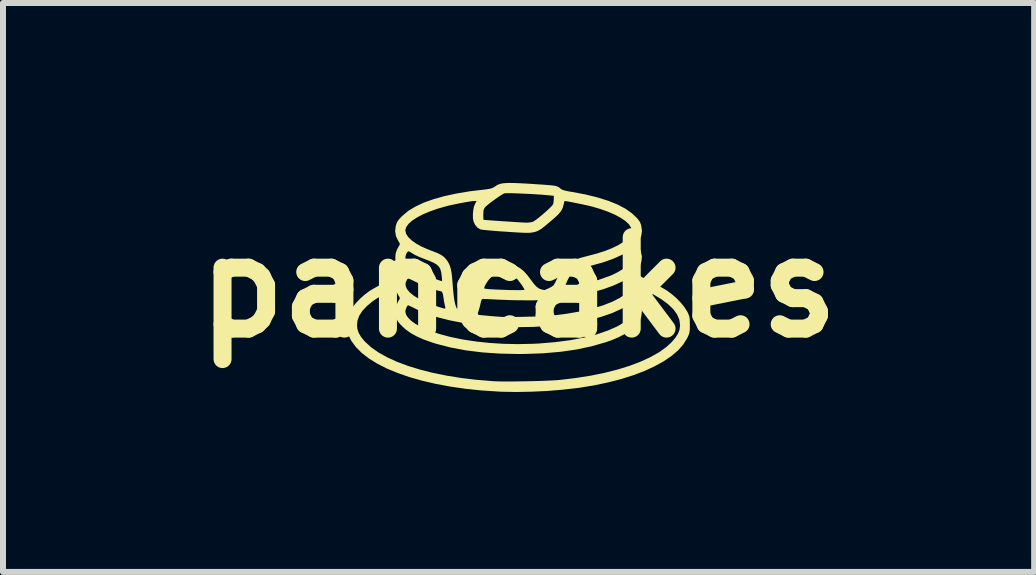
<source format=kicad_pcb>
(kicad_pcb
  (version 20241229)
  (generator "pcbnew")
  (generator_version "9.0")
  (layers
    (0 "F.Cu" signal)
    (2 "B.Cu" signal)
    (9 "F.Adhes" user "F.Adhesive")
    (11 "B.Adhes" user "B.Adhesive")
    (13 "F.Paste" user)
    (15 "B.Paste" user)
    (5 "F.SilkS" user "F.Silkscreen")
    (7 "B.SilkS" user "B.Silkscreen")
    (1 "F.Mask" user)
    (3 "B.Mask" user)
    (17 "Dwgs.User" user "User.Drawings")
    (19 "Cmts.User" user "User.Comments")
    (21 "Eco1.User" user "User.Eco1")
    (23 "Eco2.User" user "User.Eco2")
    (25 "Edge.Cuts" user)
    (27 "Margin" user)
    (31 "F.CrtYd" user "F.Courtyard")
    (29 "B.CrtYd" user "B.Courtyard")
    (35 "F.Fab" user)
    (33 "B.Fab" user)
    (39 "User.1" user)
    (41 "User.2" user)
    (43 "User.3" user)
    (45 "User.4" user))
  (footprint "pancakes"
    (layer "F.Cu")
    (at 5.595 1.739)
    (property "Reference" "pancakes" (at 0 0 0) (layer "F.SilkS") (effects (font (size 1.524 1.524) (thickness 0.3))))
    (attr board_only exclude_from_pos_files exclude_from_bom)
    (fp_poly (pts (xy -0.076 -1.738) (xy 0.02 -1.734) (xy 0.136 -1.728) (xy 0.186 -1.725) (xy 0.304 -1.717) (xy 0.401 -1.711) (xy 0.477 -1.705) (xy 0.537 -1.7) (xy 0.583 -1.695) (xy 0.616 -1.689) (xy 0.641 -1.682) (xy 0.66 -1.674) (xy 0.675 -1.665) (xy 0.689 -1.653) (xy 0.692 -1.651) (xy 0.712 -1.635) (xy 0.736 -1.623) (xy 0.769 -1.613) (xy 0.816 -1.602) (xy 0.883 -1.59) (xy 0.894 -1.589) (xy 1.12 -1.546) (xy 1.322 -1.496) (xy 1.5 -1.44) (xy 1.655 -1.377) (xy 1.785 -1.308) (xy 1.891 -1.232) (xy 1.933 -1.194) (xy 1.977 -1.15) (xy 2.006 -1.115) (xy 2.026 -1.083) (xy 2.04 -1.047) (xy 2.044 -1.032) (xy 2.058 -0.944) (xy 2.046 -0.859) (xy 2.01 -0.779) (xy 2.005 -0.771) (xy 1.985 -0.74) (xy 1.979 -0.72) (xy 1.984 -0.703) (xy 1.993 -0.689) (xy 2.037 -0.602) (xy 2.056 -0.516) (xy 2.049 -0.429) (xy 2.018 -0.343) (xy 1.993 -0.299) (xy 1.981 -0.278) (xy 1.98 -0.26) (xy 1.991 -0.237) (xy 2.004 -0.219) (xy 2.02 -0.198) (xy 2.043 -0.178) (xy 2.076 -0.157) (xy 2.123 -0.131) (xy 2.188 -0.098) (xy 2.209 -0.088) (xy 2.279 -0.053) (xy 2.35 -0.016) (xy 2.414 0.02) (xy 2.465 0.05) (xy 2.475 0.056) (xy 2.556 0.116) (xy 2.636 0.185) (xy 2.708 0.26) (xy 2.768 0.335) (xy 2.811 0.404) (xy 2.813 0.406) (xy 2.832 0.447) (xy 2.845 0.48) (xy 2.852 0.513) (xy 2.855 0.553) (xy 2.856 0.608) (xy 2.856 0.626) (xy 2.856 0.686) (xy 2.853 0.729) (xy 2.847 0.763) (xy 2.836 0.796) (xy 2.818 0.836) (xy 2.809 0.853) (xy 2.746 0.954) (xy 2.66 1.052) (xy 2.551 1.145) (xy 2.42 1.234) (xy 2.27 1.317) (xy 2.102 1.395) (xy 1.915 1.466) (xy 1.713 1.53) (xy 1.495 1.586) (xy 1.264 1.635) (xy 1.02 1.675) (xy 0.975 1.681) (xy 0.733 1.708) (xy 0.48 1.729) (xy 0.222 1.741) (xy -0.032 1.746) (xy -0.273 1.742) (xy -0.35 1.738) (xy -0.625 1.72) (xy -0.89 1.692) (xy -1.143 1.655) (xy -1.384 1.61) (xy -1.611 1.557) (xy -1.822 1.497) (xy -2.017 1.429) (xy -2.195 1.355) (xy -2.355 1.274) (xy -2.495 1.187) (xy -2.614 1.095) (xy -2.711 0.998) (xy -2.786 0.896) (xy -2.809 0.853) (xy -2.83 0.809) (xy -2.844 0.775) (xy -2.852 0.742) (xy -2.855 0.703) (xy -2.856 0.65) (xy -2.856 0.632) (xy -2.693 0.632) (xy -2.686 0.7) (xy -2.664 0.763) (xy -2.626 0.828) (xy -2.569 0.898) (xy -2.554 0.913) (xy -2.455 1.003) (xy -2.332 1.089) (xy -2.188 1.169) (xy -2.024 1.244) (xy -1.841 1.312) (xy -1.641 1.373) (xy -1.426 1.428) (xy -1.196 1.474) (xy -0.954 1.513) (xy -0.701 1.543) (xy -0.438 1.565) (xy -0.381 1.568) (xy -0.319 1.57) (xy -0.236 1.571) (xy -0.137 1.571) (xy -0.027 1.57) (xy 0.09 1.568) (xy 0.21 1.566) (xy 0.327 1.563) (xy 0.438 1.559) (xy 0.537 1.555) (xy 0.621 1.55) (xy 0.684 1.545) (xy 0.688 1.545) (xy 0.949 1.514) (xy 1.198 1.475) (xy 1.433 1.427) (xy 1.652 1.372) (xy 1.854 1.309) (xy 2.038 1.239) (xy 2.202 1.163) (xy 2.346 1.082) (xy 2.467 0.994) (xy 2.554 0.914) (xy 2.616 0.84) (xy 2.659 0.774) (xy 2.684 0.708) (xy 2.693 0.64) (xy 2.693 0.632) (xy 2.681 0.542) (xy 2.644 0.455) (xy 2.582 0.368) (xy 2.495 0.284) (xy 2.384 0.201) (xy 2.247 0.119) (xy 2.2 0.094) (xy 2.147 0.068) (xy 2.102 0.046) (xy 2.071 0.032) (xy 2.057 0.027) (xy 2.057 0.027) (xy 2.049 0.04) (xy 2.037 0.067) (xy 2.033 0.075) (xy 2.014 0.114) (xy 1.994 0.149) (xy 1.993 0.151) (xy 1.981 0.172) (xy 1.98 0.189) (xy 1.991 0.212) (xy 2.005 0.233) (xy 2.043 0.313) (xy 2.057 0.397) (xy 2.047 0.484) (xy 2.044 0.494) (xy 2.031 0.533) (xy 2.014 0.565) (xy 1.989 0.598) (xy 1.951 0.639) (xy 1.933 0.657) (xy 1.858 0.722) (xy 1.77 0.78) (xy 1.667 0.834) (xy 1.545 0.885) (xy 1.446 0.919) (xy 1.215 0.985) (xy 0.967 1.038) (xy 0.7 1.076) (xy 0.413 1.101) (xy 0.107 1.112) (xy 0 1.113) (xy -0.313 1.106) (xy -0.606 1.086) (xy -0.879 1.052) (xy -1.134 1.004) (xy -1.371 0.943) (xy -1.446 0.919) (xy -1.584 0.87) (xy -1.7 0.818) (xy -1.798 0.764) (xy -1.882 0.703) (xy -1.933 0.657) (xy -1.977 0.612) (xy -2.006 0.577) (xy -2.026 0.545) (xy -2.04 0.509) (xy -2.044 0.494) (xy -2.057 0.409) (xy -1.887 0.409) (xy -1.876 0.456) (xy -1.842 0.507) (xy -1.789 0.56) (xy -1.718 0.611) (xy -1.638 0.656) (xy -1.49 0.721) (xy -1.321 0.779) (xy -1.134 0.829) (xy -0.93 0.871) (xy -0.713 0.904) (xy -0.487 0.928) (xy -0.252 0.943) (xy -0.013 0.948) (xy 0.229 0.943) (xy 0.338 0.938) (xy 0.612 0.915) (xy 0.865 0.882) (xy 1.096 0.838) (xy 1.305 0.785) (xy 1.491 0.721) (xy 1.641 0.655) (xy 1.724 0.607) (xy 1.793 0.556) (xy 1.845 0.504) (xy 1.877 0.454) (xy 1.887 0.409) (xy 1.883 0.379) (xy 1.872 0.345) (xy 1.857 0.316) (xy 1.844 0.301) (xy 1.841 0.3) (xy 1.827 0.306) (xy 1.796 0.32) (xy 1.753 0.341) (xy 1.713 0.361) (xy 1.559 0.431) (xy 1.382 0.492) (xy 1.186 0.544) (xy 0.973 0.587) (xy 0.743 0.621) (xy 0.5 0.646) (xy 0.246 0.661) (xy -0.018 0.665) (xy -0.24 0.661) (xy -0.483 0.648) (xy -0.718 0.625) (xy -0.941 0.592) (xy -1.15 0.551) (xy -1.344 0.502) (xy -1.494 0.454) (xy -0.684 0.454) (xy -0.684 0.458) (xy -0.671 0.46) (xy -0.638 0.464) (xy -0.59 0.468) (xy -0.531 0.474) (xy -0.467 0.48) (xy -0.402 0.485) (xy -0.341 0.49) (xy -0.3 0.493) (xy -0.254 0.495) (xy -0.187 0.495) (xy -0.105 0.495) (xy -0.012 0.494) (xy 0.087 0.493) (xy 0.188 0.49) (xy 0.286 0.488) (xy 0.377 0.484) (xy 0.455 0.481) (xy 0.516 0.477) (xy 0.544 0.475) (xy 0.794 0.443) (xy 1.021 0.404) (xy 1.226 0.357) (xy 1.406 0.303) (xy 1.564 0.241) (xy 1.585 0.231) (xy 1.69 0.176) (xy 1.773 0.121) (xy 1.835 0.067) (xy 1.873 0.014) (xy 1.887 -0.037) (xy 1.887 -0.041) (xy 1.883 -0.071) (xy 1.872 -0.105) (xy 1.857 -0.134) (xy 1.844 -0.149) (xy 1.841 -0.15) (xy 1.827 -0.145) (xy 1.796 -0.13) (xy 1.754 -0.109) (xy 1.726 -0.095) (xy 1.579 -0.027) (xy 1.415 0.032) (xy 1.234 0.083) (xy 1.032 0.127) (xy 0.809 0.163) (xy 0.769 0.169) (xy 0.706 0.178) (xy 0.649 0.187) (xy 0.604 0.196) (xy 0.578 0.202) (xy 0.549 0.207) (xy 0.498 0.211) (xy 0.429 0.214) (xy 0.346 0.216) (xy 0.25 0.218) (xy 0.147 0.218) (xy 0.039 0.217) (xy -0.07 0.216) (xy -0.177 0.213) (xy -0.269 0.209) (xy -0.351 0.206) (xy -0.428 0.202) (xy -0.493 0.199) (xy -0.543 0.197) (xy -0.575 0.196) (xy -0.581 0.195) (xy -0.601 0.196) (xy -0.614 0.204) (xy -0.623 0.225) (xy -0.632 0.264) (xy -0.633 0.269) (xy -0.645 0.321) (xy -0.66 0.373) (xy -0.668 0.399) (xy -0.679 0.432) (xy -0.684 0.454) (xy -1.494 0.454) (xy -1.518 0.446) (xy -1.672 0.382) (xy -1.713 0.361) (xy -1.763 0.336) (xy -1.804 0.316) (xy -1.832 0.304) (xy -1.841 0.3) (xy -1.854 0.311) (xy -1.868 0.337) (xy -1.881 0.371) (xy -1.887 0.403) (xy -1.887 0.409) (xy -2.057 0.409) (xy -2.058 0.407) (xy -2.046 0.322) (xy -2.01 0.242) (xy -2.005 0.233) (xy -1.985 0.202) (xy -1.979 0.183) (xy -1.984 0.165) (xy -1.993 0.151) (xy -2.013 0.117) (xy -2.032 0.077) (xy -2.033 0.075) (xy -2.047 0.046) (xy -2.055 0.029) (xy -2.056 0.027) (xy -2.07 0.03) (xy -2.1 0.043) (xy -2.144 0.064) (xy -2.196 0.092) (xy -2.253 0.123) (xy -2.31 0.156) (xy -2.363 0.188) (xy -2.408 0.217) (xy -2.432 0.234) (xy -2.53 0.315) (xy -2.605 0.395) (xy -2.656 0.475) (xy -2.685 0.557) (xy -2.693 0.632) (xy -2.856 0.632) (xy -2.856 0.626) (xy -2.856 0.565) (xy -2.853 0.522) (xy -2.847 0.488) (xy -2.836 0.456) (xy -2.818 0.418) (xy -2.813 0.406) (xy -2.771 0.338) (xy -2.712 0.265) (xy -2.641 0.19) (xy -2.563 0.121) (xy -2.484 0.062) (xy -2.479 0.059) (xy -2.428 0.028) (xy -2.362 -0.009) (xy -2.332 -0.025) (xy -1.883 -0.025) (xy -1.86 0.03) (xy -1.814 0.086) (xy -1.745 0.142) (xy -1.654 0.197) (xy -1.638 0.205) (xy -1.592 0.227) (xy -1.535 0.252) (xy -1.473 0.277) (xy -1.408 0.301) (xy -1.347 0.323) (xy -1.293 0.34) (xy -1.252 0.352) (xy -1.227 0.356) (xy -1.223 0.355) (xy -1.22 0.341) (xy -1.225 0.316) (xy -1.232 0.287) (xy -1.241 0.242) (xy -1.249 0.19) (xy -1.25 0.182) (xy -1.259 0.125) (xy -1.27 0.089) (xy -1.285 0.069) (xy -1.306 0.063) (xy -1.309 0.063) (xy -1.336 0.058) (xy -1.381 0.045) (xy -1.438 0.025) (xy -1.503 0.001) (xy -1.57 -0.025) (xy -1.635 -0.052) (xy -1.691 -0.078) (xy -1.716 -0.09) (xy -1.77 -0.117) (xy -1.806 -0.134) (xy -1.829 -0.142) (xy -1.843 -0.142) (xy -1.852 -0.135) (xy -1.857 -0.13) (xy -1.882 -0.079) (xy -1.883 -0.025) (xy -2.332 -0.025) (xy -2.289 -0.048) (xy -2.214 -0.087) (xy -2.145 -0.12) (xy -2.089 -0.145) (xy -2.079 -0.149) (xy -2.048 -0.17) (xy -2.016 -0.202) (xy -2.006 -0.216) (xy -1.986 -0.247) (xy -1.979 -0.267) (xy -1.984 -0.285) (xy -1.993 -0.299) (xy -2.031 -0.368) (xy -2.05 -0.435) (xy -2.054 -0.49) (xy -1.887 -0.49) (xy -1.876 -0.445) (xy -1.843 -0.395) (xy -1.791 -0.344) (xy -1.723 -0.292) (xy -1.641 -0.243) (xy -1.569 -0.208) (xy -1.535 -0.194) (xy -1.488 -0.176) (xy -1.434 -0.155) (xy -1.38 -0.136) (xy -1.331 -0.118) (xy -1.294 -0.106) (xy -1.276 -0.101) (xy -1.275 -0.112) (xy -1.276 -0.141) (xy -1.28 -0.183) (xy -1.28 -0.183) (xy -1.289 -0.25) (xy -1.304 -0.302) (xy -1.327 -0.343) (xy -1.363 -0.377) (xy -1.414 -0.408) (xy -1.485 -0.439) (xy -1.526 -0.455) (xy -1.609 -0.487) (xy -1.672 -0.513) (xy -1.721 -0.536) (xy -1.76 -0.558) (xy -1.789 -0.577) (xy -1.816 -0.593) (xy -1.836 -0.6) (xy -1.836 -0.6) (xy -1.852 -0.589) (xy -1.869 -0.562) (xy -1.882 -0.527) (xy -1.887 -0.493) (xy -1.887 -0.49) (xy -2.054 -0.49) (xy -2.055 -0.494) (xy -2.048 -0.566) (xy -2.025 -0.632) (xy -1.993 -0.689) (xy -1.981 -0.71) (xy -1.98 -0.727) (xy -1.991 -0.75) (xy -2.005 -0.771) (xy -2.043 -0.851) (xy -2.057 -0.935) (xy -2.056 -0.947) (xy -1.887 -0.947) (xy -1.875 -0.893) (xy -1.84 -0.838) (xy -1.783 -0.782) (xy -1.705 -0.727) (xy -1.609 -0.674) (xy -1.495 -0.625) (xy -1.431 -0.601) (xy -1.349 -0.569) (xy -1.287 -0.537) (xy -1.239 -0.501) (xy -1.2 -0.458) (xy -1.187 -0.439) (xy -1.162 -0.397) (xy -1.142 -0.35) (xy -1.127 -0.296) (xy -1.115 -0.229) (xy -1.106 -0.146) (xy -1.1 -0.069) (xy -1.09 0.052) (xy -1.08 0.15) (xy -1.068 0.229) (xy -1.054 0.29) (xy -1.038 0.336) (xy -1.018 0.37) (xy -0.994 0.394) (xy -0.982 0.401) (xy -0.937 0.422) (xy -0.899 0.42) (xy -0.865 0.396) (xy -0.864 0.395) (xy -0.847 0.373) (xy -0.832 0.343) (xy -0.817 0.3) (xy -0.802 0.242) (xy -0.784 0.164) (xy -0.775 0.118) (xy -0.752 0.017) (xy -0.573 0.017) (xy -0.572 0.02) (xy -0.556 0.024) (xy -0.52 0.029) (xy -0.467 0.033) (xy -0.402 0.037) (xy -0.329 0.04) (xy -0.25 0.043) (xy -0.171 0.046) (xy -0.096 0.047) (xy -0.027 0.048) (xy 0.03 0.048) (xy 0.073 0.046) (xy 0.097 0.044) (xy 0.1 0.042) (xy 0.094 0.028) (xy 0.077 -0.001) (xy 0.053 -0.039) (xy 0.048 -0.046) (xy -0.015 -0.129) (xy -0.084 -0.187) (xy -0.159 -0.223) (xy -0.241 -0.236) (xy -0.279 -0.235) (xy -0.352 -0.223) (xy -0.411 -0.199) (xy -0.465 -0.158) (xy -0.482 -0.141) (xy -0.508 -0.11) (xy -0.533 -0.073) (xy -0.555 -0.035) (xy -0.569 -0.003) (xy -0.573 0.017) (xy -0.752 0.017) (xy -0.749 0.005) (xy -0.719 -0.086) (xy -0.683 -0.162) (xy -0.638 -0.226) (xy -0.583 -0.284) (xy -0.547 -0.314) (xy -0.483 -0.356) (xy -0.411 -0.383) (xy -0.327 -0.398) (xy -0.244 -0.401) (xy -0.187 -0.4) (xy -0.146 -0.396) (xy -0.11 -0.387) (xy -0.071 -0.371) (xy -0.044 -0.358) (xy 0.025 -0.318) (xy 0.087 -0.268) (xy 0.146 -0.203) (xy 0.209 -0.12) (xy 0.209 -0.12) (xy 0.258 -0.054) (xy 0.302 -0.007) (xy 0.345 0.023) (xy 0.393 0.04) (xy 0.436 0.047) (xy 0.479 0.05) (xy 0.506 0.047) (xy 0.526 0.037) (xy 0.549 0.015) (xy 0.555 0.009) (xy 0.57 -0.012) (xy 0.777 -0.012) (xy 0.778 -0.000077) (xy 0.779 0) (xy 0.792 -0.002) (xy 0.825 -0.008) (xy 0.872 -0.016) (xy 0.926 -0.026) (xy 1.15 -0.072) (xy 1.351 -0.128) (xy 1.529 -0.192) (xy 1.556 -0.203) (xy 1.65 -0.249) (xy 1.732 -0.298) (xy 1.799 -0.35) (xy 1.849 -0.402) (xy 1.879 -0.452) (xy 1.887 -0.49) (xy 1.883 -0.517) (xy 1.873 -0.55) (xy 1.861 -0.58) (xy 1.849 -0.598) (xy 1.845 -0.6) (xy 1.833 -0.595) (xy 1.804 -0.581) (xy 1.761 -0.559) (xy 1.721 -0.539) (xy 1.577 -0.474) (xy 1.409 -0.415) (xy 1.217 -0.361) (xy 1.169 -0.35) (xy 1.074 -0.325) (xy 1 -0.3) (xy 0.943 -0.273) (xy 0.899 -0.243) (xy 0.879 -0.223) (xy 0.861 -0.199) (xy 0.84 -0.162) (xy 0.819 -0.12) (xy 0.799 -0.077) (xy 0.785 -0.039) (xy 0.777 -0.012) (xy 0.57 -0.012) (xy 0.58 -0.025) (xy 0.608 -0.073) (xy 0.634 -0.125) (xy 0.637 -0.134) (xy 0.676 -0.22) (xy 0.716 -0.291) (xy 0.761 -0.348) (xy 0.814 -0.395) (xy 0.879 -0.433) (xy 0.959 -0.466) (xy 1.058 -0.497) (xy 1.143 -0.519) (xy 1.305 -0.562) (xy 1.444 -0.606) (xy 1.563 -0.653) (xy 1.664 -0.703) (xy 1.748 -0.756) (xy 1.773 -0.775) (xy 1.836 -0.833) (xy 1.874 -0.888) (xy 1.887 -0.941) (xy 1.887 -0.944) (xy 1.875 -0.996) (xy 1.84 -1.05) (xy 1.782 -1.104) (xy 1.704 -1.157) (xy 1.608 -1.209) (xy 1.493 -1.259) (xy 1.363 -1.305) (xy 1.238 -1.342) (xy 1.198 -1.352) (xy 1.144 -1.365) (xy 1.08 -1.379) (xy 1.011 -1.393) (xy 0.942 -1.407) (xy 0.878 -1.42) (xy 0.825 -1.43) (xy 0.786 -1.436) (xy 0.769 -1.438) (xy 0.764 -1.427) (xy 0.756 -1.399) (xy 0.751 -1.377) (xy 0.739 -1.331) (xy 0.721 -1.291) (xy 0.694 -1.251) (xy 0.656 -1.208) (xy 0.602 -1.158) (xy 0.543 -1.107) (xy 0.48 -1.054) (xy 0.427 -1.01) (xy 0.381 -0.975) (xy 0.338 -0.949) (xy 0.296 -0.929) (xy 0.251 -0.917) (xy 0.2 -0.909) (xy 0.139 -0.907) (xy 0.064 -0.909) (xy -0.027 -0.914) (xy -0.137 -0.921) (xy -0.205 -0.926) (xy -0.303 -0.932) (xy -0.395 -0.939) (xy -0.476 -0.946) (xy -0.545 -0.953) (xy -0.596 -0.958) (xy -0.628 -0.963) (xy -0.634 -0.964) (xy -0.681 -0.991) (xy -0.721 -1.036) (xy -0.75 -1.094) (xy -0.75 -1.096) (xy -0.76 -1.148) (xy -0.761 -1.211) (xy -0.588 -1.211) (xy -0.587 -1.169) (xy -0.586 -1.137) (xy -0.584 -1.125) (xy -0.584 -1.125) (xy -0.57 -1.123) (xy -0.534 -1.12) (xy -0.481 -1.116) (xy -0.415 -1.111) (xy -0.339 -1.106) (xy -0.258 -1.1) (xy -0.176 -1.095) (xy -0.097 -1.09) (xy -0.023 -1.085) (xy 0.04 -1.081) (xy 0.088 -1.079) (xy 0.119 -1.077) (xy 0.122 -1.077) (xy 0.172 -1.079) (xy 0.217 -1.086) (xy 0.241 -1.093) (xy 0.268 -1.109) (xy 0.308 -1.137) (xy 0.355 -1.175) (xy 0.407 -1.218) (xy 0.458 -1.263) (xy 0.505 -1.306) (xy 0.543 -1.343) (xy 0.568 -1.371) (xy 0.576 -1.383) (xy 0.583 -1.416) (xy 0.587 -1.458) (xy 0.588 -1.469) (xy 0.588 -1.524) (xy 0.522 -1.531) (xy 0.458 -1.537) (xy 0.381 -1.544) (xy 0.295 -1.549) (xy 0.205 -1.555) (xy 0.114 -1.559) (xy 0.026 -1.563) (xy -0.056 -1.566) (xy -0.127 -1.568) (xy -0.184 -1.568) (xy -0.223 -1.567) (xy -0.239 -1.565) (xy -0.266 -1.551) (xy -0.307 -1.525) (xy -0.357 -1.491) (xy -0.412 -1.452) (xy -0.465 -1.413) (xy -0.511 -1.376) (xy -0.546 -1.346) (xy -0.562 -1.329) (xy -0.577 -1.304) (xy -0.585 -1.271) (xy -0.587 -1.221) (xy -0.588 -1.211) (xy -0.761 -1.211) (xy -0.761 -1.214) (xy -0.755 -1.283) (xy -0.743 -1.346) (xy -0.727 -1.386) (xy -0.7 -1.438) (xy -0.733 -1.438) (xy -0.768 -1.436) (xy -0.823 -1.428) (xy -0.89 -1.417) (xy -0.966 -1.403) (xy -1.045 -1.387) (xy -1.122 -1.371) (xy -1.191 -1.355) (xy -1.204 -1.351) (xy -1.348 -1.31) (xy -1.478 -1.264) (xy -1.593 -1.216) (xy -1.692 -1.164) (xy -1.772 -1.112) (xy -1.832 -1.059) (xy -1.871 -1.006) (xy -1.887 -0.955) (xy -1.887 -0.947) (xy -2.056 -0.947) (xy -2.047 -1.022) (xy -2.044 -1.032) (xy -2.031 -1.07) (xy -2.014 -1.103) (xy -1.989 -1.136) (xy -1.951 -1.177) (xy -1.933 -1.194) (xy -1.839 -1.273) (xy -1.721 -1.344) (xy -1.581 -1.41) (xy -1.418 -1.468) (xy -1.236 -1.519) (xy -1.033 -1.563) (xy -0.811 -1.6) (xy -0.644 -1.62) (xy -0.565 -1.629) (xy -0.508 -1.637) (xy -0.467 -1.645) (xy -0.438 -1.654) (xy -0.417 -1.664) (xy -0.406 -1.671) (xy -0.375 -1.692) (xy -0.343 -1.71) (xy -0.308 -1.723) (xy -0.267 -1.732) (xy -0.217 -1.737) (xy -0.154 -1.739)) (stroke (width 0) (type solid)) (fill yes) (layer "F.SilkS")))
  (gr_rect
    (start -3 -3)
    (end 14.191 6.485)
    (stroke (width 0.1) (type default))
    (fill no)
    (layer "Edge.Cuts")))
</source>
